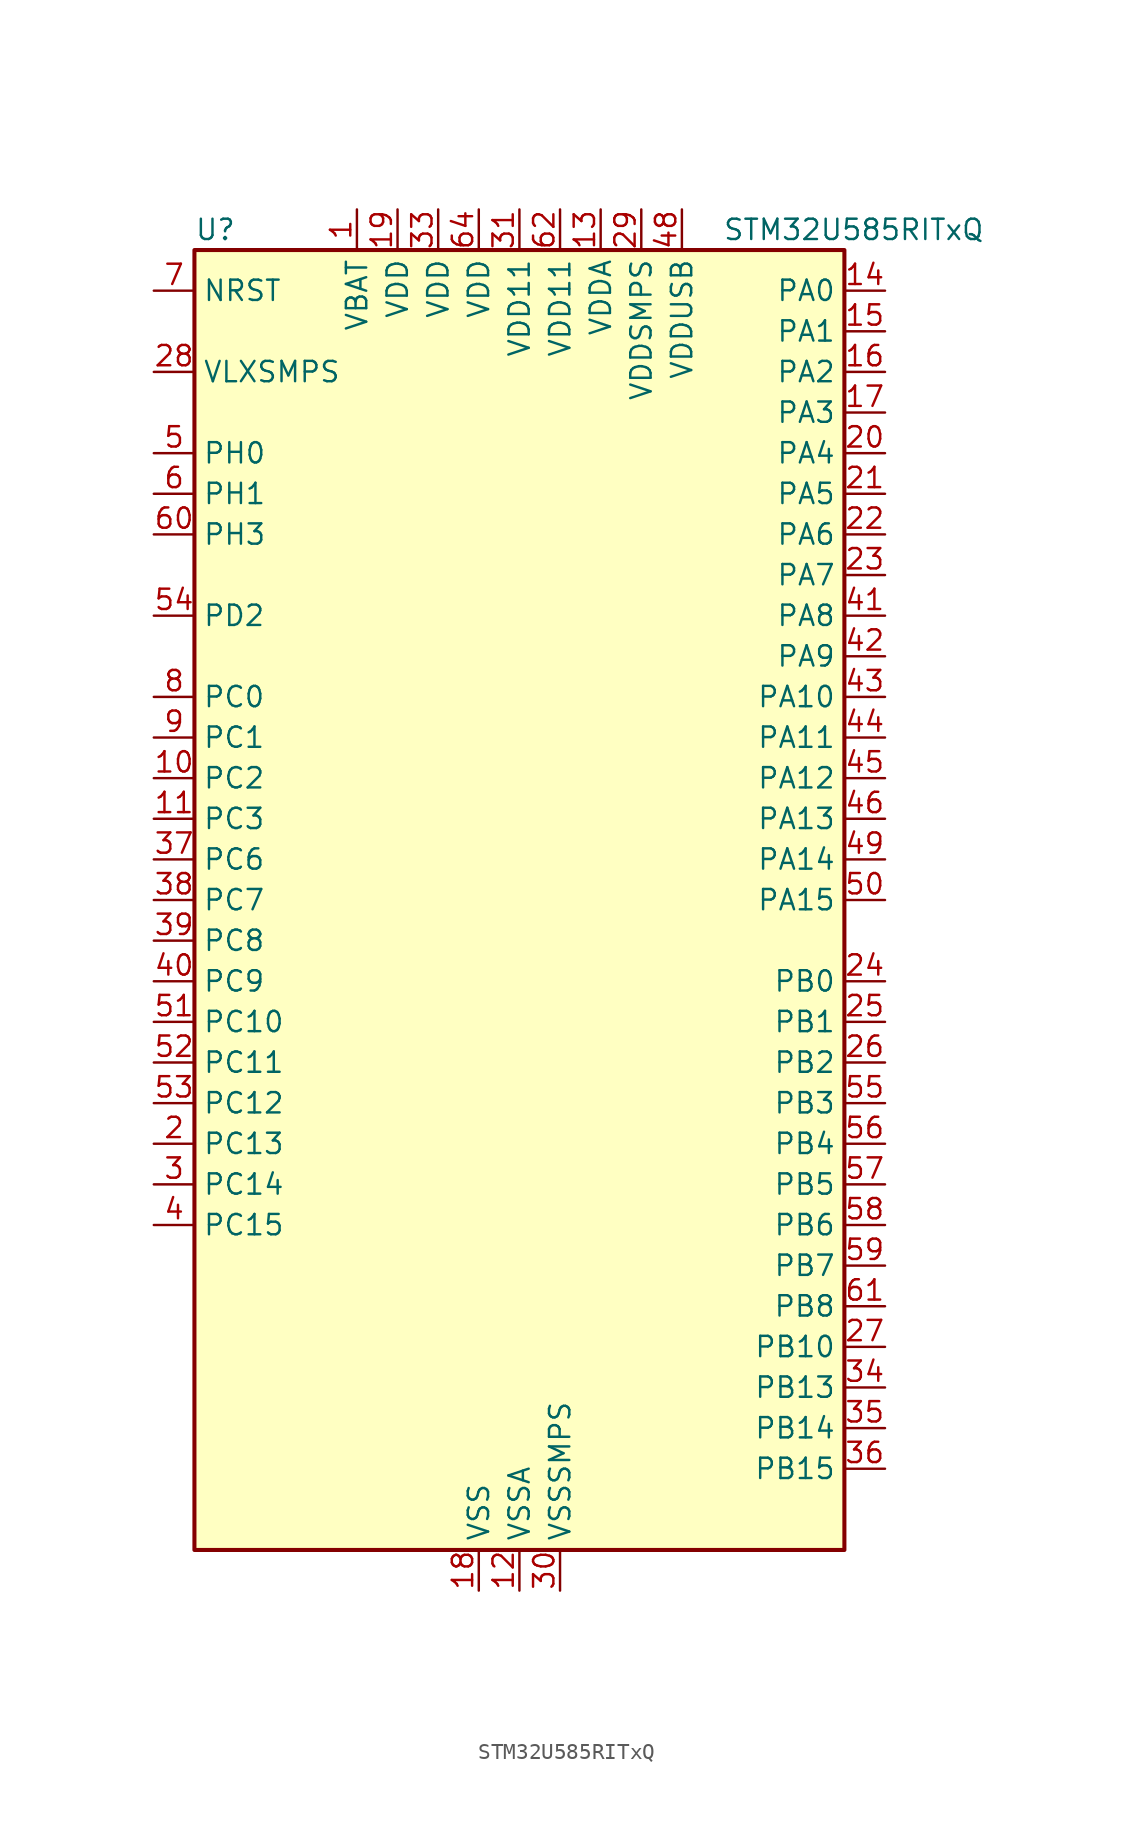
<source format=kicad_sym>
(kicad_symbol_lib
  (version 20220914)
  (generator kicad_symbol_editor)
  (symbol "STM32U585RITxQ"
    (property "Reference" "U"
      (at -20.32 41.91 0)
      (effects (font (size 1.27 1.27)) (justify left)))
    (property "Value" "STM32U585RITxQ"
      (at 12.7 41.91 0)
      (effects (font (size 1.27 1.27)) (justify left)))
    (property "ki_locked" ""
      (at 0 0 0)
      (effects (font (size 1.27 1.27))))
    (symbol "STM32U585RITxQ_0_1"
      (rectangle (start -20.32 -40.64) (end 20.32 40.64) (stroke (width 0.254) (type default)) (fill (type background))))
    (symbol "STM32U585RITxQ_1_1"
      (pin power_in line (at -10.16 43.18 270) (length 2.54) (name "VBAT" (effects (font (size 1.27 1.27)))) (number "1" (effects (font (size 1.27 1.27)))))
      (pin bidirectional line (at -22.86 7.62 0) (length 2.54) (name "PC2" (effects (font (size 1.27 1.27)))) (number "10" (effects (font (size 1.27 1.27)))) (alternate "ADC1_IN3" bidirectional line) (alternate "ADC4_IN3" bidirectional line) (alternate "LPTIM1_IN2" bidirectional line) (alternate "MDF1_CCK1" bidirectional line) (alternate "OCTOSPIM_P1_IO5" bidirectional line) (alternate "SPI2_MISO" bidirectional line))
      (pin bidirectional line (at -22.86 5.08 0) (length 2.54) (name "PC3" (effects (font (size 1.27 1.27)))) (number "11" (effects (font (size 1.27 1.27)))) (alternate "ADC1_IN4" bidirectional line) (alternate "ADC4_IN4" bidirectional line) (alternate "LPTIM1_ETR" bidirectional line) (alternate "LPTIM2_ETR" bidirectional line) (alternate "LPTIM3_CH1" bidirectional line) (alternate "OCTOSPIM_P1_IO6" bidirectional line) (alternate "SAI1_D1" bidirectional line) (alternate "SAI1_SD_A" bidirectional line) (alternate "SPI2_MOSI" bidirectional line))
      (pin power_in line (at 0 -43.18 90) (length 2.54) (name "VSSA" (effects (font (size 1.27 1.27)))) (number "12" (effects (font (size 1.27 1.27)))))
      (pin power_in line (at 5.08 43.18 270) (length 2.54) (name "VDDA" (effects (font (size 1.27 1.27)))) (number "13" (effects (font (size 1.27 1.27)))))
      (pin bidirectional line (at 22.86 38.1 180) (length 2.54) (name "PA0" (effects (font (size 1.27 1.27)))) (number "14" (effects (font (size 1.27 1.27)))) (alternate "ADC1_IN5" bidirectional line) (alternate "AUDIOCLK" bidirectional line) (alternate "OCTOSPIM_P2_NCS" bidirectional line) (alternate "OPAMP1_VINP" bidirectional line) (alternate "PWR_WKUP1" bidirectional line) (alternate "SDMMC2_CMD" bidirectional line) (alternate "SPI3_RDY" bidirectional line) (alternate "TAMP_IN2" bidirectional line) (alternate "TAMP_OUT1" bidirectional line) (alternate "TIM2_CH1" bidirectional line) (alternate "TIM2_ETR" bidirectional line) (alternate "TIM5_CH1" bidirectional line) (alternate "TIM8_ETR" bidirectional line) (alternate "UART4_TX" bidirectional line) (alternate "USART2_CTS" bidirectional line))
      (pin bidirectional line (at 22.86 35.56 180) (length 2.54) (name "PA1" (effects (font (size 1.27 1.27)))) (number "15" (effects (font (size 1.27 1.27)))) (alternate "ADC1_IN6" bidirectional line) (alternate "I2C1_SMBA" bidirectional line) (alternate "LPTIM1_CH2" bidirectional line) (alternate "OCTOSPIM_P1_DQS" bidirectional line) (alternate "OPAMP1_VINM" bidirectional line) (alternate "PWR_WKUP3" bidirectional line) (alternate "SPI1_SCK" bidirectional line) (alternate "TAMP_IN5" bidirectional line) (alternate "TAMP_OUT4" bidirectional line) (alternate "TIM15_CH1N" bidirectional line) (alternate "TIM2_CH2" bidirectional line) (alternate "TIM5_CH2" bidirectional line) (alternate "UART4_RX" bidirectional line) (alternate "USART2_DE" bidirectional line) (alternate "USART2_RTS" bidirectional line))
      (pin bidirectional line (at 22.86 33.02 180) (length 2.54) (name "PA2" (effects (font (size 1.27 1.27)))) (number "16" (effects (font (size 1.27 1.27)))) (alternate "ADC1_IN7" bidirectional line) (alternate "COMP1_INP" bidirectional line) (alternate "LPUART1_TX" bidirectional line) (alternate "OCTOSPIM_P1_NCS" bidirectional line) (alternate "PWR_WKUP4" bidirectional line) (alternate "RCC_LSCO" bidirectional line) (alternate "SPI1_RDY" bidirectional line) (alternate "TIM15_CH1" bidirectional line) (alternate "TIM2_CH3" bidirectional line) (alternate "TIM5_CH3" bidirectional line) (alternate "UCPD1_FRSTX1" bidirectional line) (alternate "USART2_TX" bidirectional line))
      (pin bidirectional line (at 22.86 30.48 180) (length 2.54) (name "PA3" (effects (font (size 1.27 1.27)))) (number "17" (effects (font (size 1.27 1.27)))) (alternate "ADC1_IN8" bidirectional line) (alternate "LPUART1_RX" bidirectional line) (alternate "OCTOSPIM_P1_CLK" bidirectional line) (alternate "OPAMP1_VOUT" bidirectional line) (alternate "PWR_WKUP5" bidirectional line) (alternate "SAI1_CK1" bidirectional line) (alternate "SAI1_MCLK_A" bidirectional line) (alternate "TIM15_CH2" bidirectional line) (alternate "TIM2_CH4" bidirectional line) (alternate "TIM5_CH4" bidirectional line) (alternate "USART2_RX" bidirectional line))
      (pin power_in line (at -2.54 -43.18 90) (length 2.54) (name "VSS" (effects (font (size 1.27 1.27)))) (number "18" (effects (font (size 1.27 1.27)))))
      (pin power_in line (at -7.62 43.18 270) (length 2.54) (name "VDD" (effects (font (size 1.27 1.27)))) (number "19" (effects (font (size 1.27 1.27)))))
      (pin bidirectional line (at -22.86 -15.24 0) (length 2.54) (name "PC13" (effects (font (size 1.27 1.27)))) (number "2" (effects (font (size 1.27 1.27)))) (alternate "PWR_WKUP2" bidirectional line) (alternate "RTC_OUT1" bidirectional line) (alternate "RTC_TS" bidirectional line) (alternate "TAMP_IN1" bidirectional line) (alternate "TAMP_OUT2" bidirectional line))
      (pin bidirectional line (at 22.86 27.94 180) (length 2.54) (name "PA4" (effects (font (size 1.27 1.27)))) (number "20" (effects (font (size 1.27 1.27)))) (alternate "ADC1_IN9" bidirectional line) (alternate "ADC4_IN9" bidirectional line) (alternate "DAC1_OUT1" bidirectional line) (alternate "LPTIM2_CH1" bidirectional line) (alternate "OCTOSPIM_P1_NCS" bidirectional line) (alternate "PWR_WKUP2" bidirectional line) (alternate "SAI1_FS_B" bidirectional line) (alternate "SPI1_NSS" bidirectional line) (alternate "SPI3_NSS" bidirectional line) (alternate "USART2_CK" bidirectional line))
      (pin bidirectional line (at 22.86 25.4 180) (length 2.54) (name "PA5" (effects (font (size 1.27 1.27)))) (number "21" (effects (font (size 1.27 1.27)))) (alternate "ADC1_IN10" bidirectional line) (alternate "ADC4_IN10" bidirectional line) (alternate "DAC1_OUT2" bidirectional line) (alternate "LPTIM2_ETR" bidirectional line) (alternate "PWR_CSLEEP" bidirectional line) (alternate "PWR_WKUP6" bidirectional line) (alternate "SPI1_SCK" bidirectional line) (alternate "TIM2_CH1" bidirectional line) (alternate "TIM2_ETR" bidirectional line) (alternate "TIM8_CH1N" bidirectional line) (alternate "USART3_RX" bidirectional line))
      (pin bidirectional line (at 22.86 22.86 180) (length 2.54) (name "PA6" (effects (font (size 1.27 1.27)))) (number "22" (effects (font (size 1.27 1.27)))) (alternate "ADC1_IN11" bidirectional line) (alternate "ADC4_IN11" bidirectional line) (alternate "LPUART1_CTS" bidirectional line) (alternate "OCTOSPIM_P1_IO3" bidirectional line) (alternate "OPAMP2_VINP" bidirectional line) (alternate "PWR_CDSTOP" bidirectional line) (alternate "PWR_WKUP7" bidirectional line) (alternate "SPI1_MISO" bidirectional line) (alternate "TIM16_CH1" bidirectional line) (alternate "TIM1_BKIN" bidirectional line) (alternate "TIM3_CH1" bidirectional line) (alternate "TIM8_BKIN" bidirectional line) (alternate "USART3_CTS" bidirectional line))
      (pin bidirectional line (at 22.86 20.32 180) (length 2.54) (name "PA7" (effects (font (size 1.27 1.27)))) (number "23" (effects (font (size 1.27 1.27)))) (alternate "ADC1_IN12" bidirectional line) (alternate "ADC4_IN20" bidirectional line) (alternate "I2C3_SCL" bidirectional line) (alternate "LPTIM2_CH2" bidirectional line) (alternate "OCTOSPIM_P1_IO2" bidirectional line) (alternate "OPAMP2_VINM" bidirectional line) (alternate "PWR_SRDSTOP" bidirectional line) (alternate "PWR_WKUP8" bidirectional line) (alternate "SPI1_MOSI" bidirectional line) (alternate "TIM17_CH1" bidirectional line) (alternate "TIM1_CH1N" bidirectional line) (alternate "TIM3_CH2" bidirectional line) (alternate "TIM8_CH1N" bidirectional line) (alternate "USART3_TX" bidirectional line))
      (pin bidirectional line (at 22.86 -5.08 180) (length 2.54) (name "PB0" (effects (font (size 1.27 1.27)))) (number "24" (effects (font (size 1.27 1.27)))) (alternate "ADC1_IN15" bidirectional line) (alternate "ADC4_IN18" bidirectional line) (alternate "AUDIOCLK" bidirectional line) (alternate "COMP1_OUT" bidirectional line) (alternate "LPTIM3_CH1" bidirectional line) (alternate "OCTOSPIM_P1_IO1" bidirectional line) (alternate "OPAMP2_VOUT" bidirectional line) (alternate "SPI1_NSS" bidirectional line) (alternate "TIM1_CH2N" bidirectional line) (alternate "TIM3_CH3" bidirectional line) (alternate "TIM8_CH2N" bidirectional line) (alternate "USART3_CK" bidirectional line))
      (pin bidirectional line (at 22.86 -7.62 180) (length 2.54) (name "PB1" (effects (font (size 1.27 1.27)))) (number "25" (effects (font (size 1.27 1.27)))) (alternate "ADC1_IN16" bidirectional line) (alternate "ADC4_IN19" bidirectional line) (alternate "COMP1_INM" bidirectional line) (alternate "LPTIM2_IN1" bidirectional line) (alternate "LPTIM3_CH2" bidirectional line) (alternate "LPUART1_DE" bidirectional line) (alternate "LPUART1_RTS" bidirectional line) (alternate "MDF1_SDI0" bidirectional line) (alternate "OCTOSPIM_P1_IO0" bidirectional line) (alternate "PWR_WKUP4" bidirectional line) (alternate "TIM1_CH3N" bidirectional line) (alternate "TIM3_CH4" bidirectional line) (alternate "TIM8_CH3N" bidirectional line) (alternate "USART3_DE" bidirectional line) (alternate "USART3_RTS" bidirectional line))
      (pin bidirectional line (at 22.86 -10.16 180) (length 2.54) (name "PB2" (effects (font (size 1.27 1.27)))) (number "26" (effects (font (size 1.27 1.27)))) (alternate "ADC1_IN17" bidirectional line) (alternate "COMP1_INP" bidirectional line) (alternate "I2C3_SMBA" bidirectional line) (alternate "LPTIM1_CH1" bidirectional line) (alternate "MDF1_CKI0" bidirectional line) (alternate "OCTOSPIM_P1_DQS" bidirectional line) (alternate "PWR_WKUP1" bidirectional line) (alternate "RTC_OUT2" bidirectional line) (alternate "SPI1_RDY" bidirectional line) (alternate "TIM8_CH4N" bidirectional line) (alternate "UCPD1_FRSTX1" bidirectional line))
      (pin bidirectional line (at 22.86 -27.94 180) (length 2.54) (name "PB10" (effects (font (size 1.27 1.27)))) (number "27" (effects (font (size 1.27 1.27)))) (alternate "COMP1_OUT" bidirectional line) (alternate "I2C2_SCL" bidirectional line) (alternate "I2C4_SCL" bidirectional line) (alternate "LPTIM3_CH1" bidirectional line) (alternate "LPUART1_RX" bidirectional line) (alternate "OCTOSPIM_P1_CLK" bidirectional line) (alternate "PWR_WKUP8" bidirectional line) (alternate "SAI1_SCK_A" bidirectional line) (alternate "SPI2_SCK" bidirectional line) (alternate "TIM2_CH3" bidirectional line) (alternate "TSC_SYNC" bidirectional line) (alternate "USART3_TX" bidirectional line))
      (pin power_in line (at -22.86 33.02 0) (length 2.54) (name "VLXSMPS" (effects (font (size 1.27 1.27)))) (number "28" (effects (font (size 1.27 1.27)))))
      (pin power_in line (at 7.62 43.18 270) (length 2.54) (name "VDDSMPS" (effects (font (size 1.27 1.27)))) (number "29" (effects (font (size 1.27 1.27)))))
      (pin bidirectional line (at -22.86 -17.78 0) (length 2.54) (name "PC14" (effects (font (size 1.27 1.27)))) (number "3" (effects (font (size 1.27 1.27)))) (alternate "RCC_OSC32_IN" bidirectional line))
      (pin power_in line (at 2.54 -43.18 90) (length 2.54) (name "VSSSMPS" (effects (font (size 1.27 1.27)))) (number "30" (effects (font (size 1.27 1.27)))))
      (pin power_in line (at 0 43.18 270) (length 2.54) (name "VDD11" (effects (font (size 1.27 1.27)))) (number "31" (effects (font (size 1.27 1.27)))))
      (pin passive line (at -2.54 -43.18 90) (length 2.54) hide (name "VSS" (effects (font (size 1.27 1.27)))) (number "32" (effects (font (size 1.27 1.27)))))
      (pin power_in line (at -5.08 43.18 270) (length 2.54) (name "VDD" (effects (font (size 1.27 1.27)))) (number "33" (effects (font (size 1.27 1.27)))))
      (pin bidirectional line (at 22.86 -30.48 180) (length 2.54) (name "PB13" (effects (font (size 1.27 1.27)))) (number "34" (effects (font (size 1.27 1.27)))) (alternate "I2C2_SCL" bidirectional line) (alternate "LPTIM3_IN1" bidirectional line) (alternate "LPUART1_CTS" bidirectional line) (alternate "MDF1_CKI1" bidirectional line) (alternate "SPI2_SCK" bidirectional line) (alternate "TIM15_CH1N" bidirectional line) (alternate "TIM1_CH1N" bidirectional line) (alternate "TSC_G1_IO2" bidirectional line) (alternate "USART3_CTS" bidirectional line))
      (pin bidirectional line (at 22.86 -33.02 180) (length 2.54) (name "PB14" (effects (font (size 1.27 1.27)))) (number "35" (effects (font (size 1.27 1.27)))) (alternate "I2C2_SDA" bidirectional line) (alternate "LPTIM3_ETR" bidirectional line) (alternate "MDF1_SDI2" bidirectional line) (alternate "SDMMC2_D0" bidirectional line) (alternate "SPI2_MISO" bidirectional line) (alternate "TIM15_CH1" bidirectional line) (alternate "TIM1_CH2N" bidirectional line) (alternate "TIM8_CH2N" bidirectional line) (alternate "TSC_G1_IO3" bidirectional line) (alternate "UCPD1_DBCC2" bidirectional line) (alternate "USART3_DE" bidirectional line) (alternate "USART3_RTS" bidirectional line))
      (pin bidirectional line (at 22.86 -35.56 180) (length 2.54) (name "PB15" (effects (font (size 1.27 1.27)))) (number "36" (effects (font (size 1.27 1.27)))) (alternate "ADC1_EXTI15" bidirectional line) (alternate "ADC4_EXTI15" bidirectional line) (alternate "LPTIM2_IN2" bidirectional line) (alternate "MDF1_CKI2" bidirectional line) (alternate "PWR_WKUP7" bidirectional line) (alternate "RTC_REFIN" bidirectional line) (alternate "SDMMC2_D1" bidirectional line) (alternate "SPI2_MOSI" bidirectional line) (alternate "TIM15_CH2" bidirectional line) (alternate "TIM1_CH3N" bidirectional line) (alternate "TIM8_CH3N" bidirectional line) (alternate "UCPD1_CC2" bidirectional line))
      (pin bidirectional line (at -22.86 2.54 0) (length 2.54) (name "PC6" (effects (font (size 1.27 1.27)))) (number "37" (effects (font (size 1.27 1.27)))) (alternate "MDF1_CKI3" bidirectional line) (alternate "PWR_CSLEEP" bidirectional line) (alternate "SDMMC1_D0DIR" bidirectional line) (alternate "SDMMC1_D6" bidirectional line) (alternate "SDMMC2_D6" bidirectional line) (alternate "TIM3_CH1" bidirectional line) (alternate "TIM8_CH1" bidirectional line) (alternate "TSC_G4_IO1" bidirectional line))
      (pin bidirectional line (at -22.86 0 0) (length 2.54) (name "PC7" (effects (font (size 1.27 1.27)))) (number "38" (effects (font (size 1.27 1.27)))) (alternate "LPTIM2_CH2" bidirectional line) (alternate "MDF1_SDI3" bidirectional line) (alternate "PWR_CDSTOP" bidirectional line) (alternate "SDMMC1_D123DIR" bidirectional line) (alternate "SDMMC1_D7" bidirectional line) (alternate "SDMMC2_D7" bidirectional line) (alternate "TIM3_CH2" bidirectional line) (alternate "TIM8_CH2" bidirectional line) (alternate "TSC_G4_IO2" bidirectional line))
      (pin bidirectional line (at -22.86 -2.54 0) (length 2.54) (name "PC8" (effects (font (size 1.27 1.27)))) (number "39" (effects (font (size 1.27 1.27)))) (alternate "LPTIM3_CH1" bidirectional line) (alternate "PWR_SRDSTOP" bidirectional line) (alternate "SDMMC1_D0" bidirectional line) (alternate "TIM3_CH3" bidirectional line) (alternate "TIM8_CH3" bidirectional line) (alternate "TSC_G4_IO3" bidirectional line))
      (pin bidirectional line (at -22.86 -20.32 0) (length 2.54) (name "PC15" (effects (font (size 1.27 1.27)))) (number "4" (effects (font (size 1.27 1.27)))) (alternate "ADC1_EXTI15" bidirectional line) (alternate "ADC4_EXTI15" bidirectional line) (alternate "RCC_OSC32_OUT" bidirectional line))
      (pin bidirectional line (at -22.86 -5.08 0) (length 2.54) (name "PC9" (effects (font (size 1.27 1.27)))) (number "40" (effects (font (size 1.27 1.27)))) (alternate "DAC1_EXTI9" bidirectional line) (alternate "DEBUG_TRACED0" bidirectional line) (alternate "LPTIM3_CH2" bidirectional line) (alternate "SDMMC1_D1" bidirectional line) (alternate "TIM3_CH4" bidirectional line) (alternate "TIM8_BKIN2" bidirectional line) (alternate "TIM8_CH4" bidirectional line) (alternate "TSC_G4_IO4" bidirectional line) (alternate "USB_OTG_FS_NOE" bidirectional line))
      (pin bidirectional line (at 22.86 17.78 180) (length 2.54) (name "PA8" (effects (font (size 1.27 1.27)))) (number "41" (effects (font (size 1.27 1.27)))) (alternate "DEBUG_TRACECLK" bidirectional line) (alternate "LPTIM2_CH1" bidirectional line) (alternate "RCC_MCO" bidirectional line) (alternate "SAI1_CK2" bidirectional line) (alternate "SAI1_SCK_A" bidirectional line) (alternate "SPI1_RDY" bidirectional line) (alternate "TIM1_CH1" bidirectional line) (alternate "USART1_CK" bidirectional line) (alternate "USB_OTG_FS_SOF" bidirectional line))
      (pin bidirectional line (at 22.86 15.24 180) (length 2.54) (name "PA9" (effects (font (size 1.27 1.27)))) (number "42" (effects (font (size 1.27 1.27)))) (alternate "DAC1_EXTI9" bidirectional line) (alternate "SAI1_FS_A" bidirectional line) (alternate "SPI2_SCK" bidirectional line) (alternate "TIM15_BKIN" bidirectional line) (alternate "TIM1_CH2" bidirectional line) (alternate "USART1_TX" bidirectional line) (alternate "USB_OTG_FS_VBUS" bidirectional line))
      (pin bidirectional line (at 22.86 12.7 180) (length 2.54) (name "PA10" (effects (font (size 1.27 1.27)))) (number "43" (effects (font (size 1.27 1.27)))) (alternate "CRS_SYNC" bidirectional line) (alternate "LPTIM2_IN2" bidirectional line) (alternate "SAI1_D1" bidirectional line) (alternate "SAI1_SD_A" bidirectional line) (alternate "TIM17_BKIN" bidirectional line) (alternate "TIM1_CH3" bidirectional line) (alternate "USART1_RX" bidirectional line) (alternate "USB_OTG_FS_ID" bidirectional line))
      (pin bidirectional line (at 22.86 10.16 180) (length 2.54) (name "PA11" (effects (font (size 1.27 1.27)))) (number "44" (effects (font (size 1.27 1.27)))) (alternate "ADC1_EXTI11" bidirectional line) (alternate "FDCAN1_RX" bidirectional line) (alternate "SPI1_MISO" bidirectional line) (alternate "TIM1_BKIN2" bidirectional line) (alternate "TIM1_CH4" bidirectional line) (alternate "USART1_CTS" bidirectional line) (alternate "USB_OTG_FS_DM" bidirectional line))
      (pin bidirectional line (at 22.86 7.62 180) (length 2.54) (name "PA12" (effects (font (size 1.27 1.27)))) (number "45" (effects (font (size 1.27 1.27)))) (alternate "FDCAN1_TX" bidirectional line) (alternate "OCTOSPIM_P2_NCS" bidirectional line) (alternate "SPI1_MOSI" bidirectional line) (alternate "TIM1_ETR" bidirectional line) (alternate "USART1_DE" bidirectional line) (alternate "USART1_RTS" bidirectional line) (alternate "USB_OTG_FS_DP" bidirectional line))
      (pin bidirectional line (at 22.86 5.08 180) (length 2.54) (name "PA13" (effects (font (size 1.27 1.27)))) (number "46" (effects (font (size 1.27 1.27)))) (alternate "DEBUG_JTMS-SWDIO" bidirectional line) (alternate "IR_OUT" bidirectional line) (alternate "SAI1_SD_B" bidirectional line) (alternate "USB_OTG_FS_NOE" bidirectional line))
      (pin passive line (at -2.54 -43.18 90) (length 2.54) hide (name "VSS" (effects (font (size 1.27 1.27)))) (number "47" (effects (font (size 1.27 1.27)))))
      (pin power_in line (at 10.16 43.18 270) (length 2.54) (name "VDDUSB" (effects (font (size 1.27 1.27)))) (number "48" (effects (font (size 1.27 1.27)))))
      (pin bidirectional line (at 22.86 2.54 180) (length 2.54) (name "PA14" (effects (font (size 1.27 1.27)))) (number "49" (effects (font (size 1.27 1.27)))) (alternate "DEBUG_JTCK-SWCLK" bidirectional line) (alternate "I2C1_SMBA" bidirectional line) (alternate "I2C4_SMBA" bidirectional line) (alternate "LPTIM1_CH1" bidirectional line) (alternate "SAI1_FS_B" bidirectional line) (alternate "USB_OTG_FS_SOF" bidirectional line))
      (pin bidirectional line (at -22.86 27.94 0) (length 2.54) (name "PH0" (effects (font (size 1.27 1.27)))) (number "5" (effects (font (size 1.27 1.27)))) (alternate "RCC_OSC_IN" bidirectional line))
      (pin bidirectional line (at 22.86 0 180) (length 2.54) (name "PA15" (effects (font (size 1.27 1.27)))) (number "50" (effects (font (size 1.27 1.27)))) (alternate "ADC1_EXTI15" bidirectional line) (alternate "ADC4_EXTI15" bidirectional line) (alternate "DEBUG_JTDI" bidirectional line) (alternate "SPI1_NSS" bidirectional line) (alternate "SPI3_NSS" bidirectional line) (alternate "TIM2_CH1" bidirectional line) (alternate "TIM2_ETR" bidirectional line) (alternate "UART4_DE" bidirectional line) (alternate "UART4_RTS" bidirectional line) (alternate "UCPD1_CC1" bidirectional line) (alternate "USART2_RX" bidirectional line) (alternate "USART3_DE" bidirectional line) (alternate "USART3_RTS" bidirectional line))
      (pin bidirectional line (at -22.86 -7.62 0) (length 2.54) (name "PC10" (effects (font (size 1.27 1.27)))) (number "51" (effects (font (size 1.27 1.27)))) (alternate "ADF1_CCK1" bidirectional line) (alternate "DEBUG_TRACED1" bidirectional line) (alternate "LPTIM3_ETR" bidirectional line) (alternate "SDMMC1_D2" bidirectional line) (alternate "SPI3_SCK" bidirectional line) (alternate "TSC_G3_IO2" bidirectional line) (alternate "UART4_TX" bidirectional line) (alternate "USART3_TX" bidirectional line))
      (pin bidirectional line (at -22.86 -10.16 0) (length 2.54) (name "PC11" (effects (font (size 1.27 1.27)))) (number "52" (effects (font (size 1.27 1.27)))) (alternate "ADC1_EXTI11" bidirectional line) (alternate "ADF1_SDI0" bidirectional line) (alternate "LPTIM3_IN1" bidirectional line) (alternate "OCTOSPIM_P1_NCS" bidirectional line) (alternate "SDMMC1_D3" bidirectional line) (alternate "SPI3_MISO" bidirectional line) (alternate "TSC_G3_IO3" bidirectional line) (alternate "UART4_RX" bidirectional line) (alternate "UCPD1_FRSTX2" bidirectional line) (alternate "USART3_RX" bidirectional line))
      (pin bidirectional line (at -22.86 -12.7 0) (length 2.54) (name "PC12" (effects (font (size 1.27 1.27)))) (number "53" (effects (font (size 1.27 1.27)))) (alternate "DEBUG_TRACED3" bidirectional line) (alternate "SDMMC1_CK" bidirectional line) (alternate "SPI3_MOSI" bidirectional line) (alternate "TSC_G3_IO4" bidirectional line) (alternate "UART5_TX" bidirectional line) (alternate "USART3_CK" bidirectional line))
      (pin bidirectional line (at -22.86 17.78 0) (length 2.54) (name "PD2" (effects (font (size 1.27 1.27)))) (number "54" (effects (font (size 1.27 1.27)))) (alternate "DEBUG_TRACED2" bidirectional line) (alternate "LPTIM4_ETR" bidirectional line) (alternate "SDMMC1_CMD" bidirectional line) (alternate "TIM3_ETR" bidirectional line) (alternate "TSC_SYNC" bidirectional line) (alternate "UART5_RX" bidirectional line) (alternate "USART3_DE" bidirectional line) (alternate "USART3_RTS" bidirectional line))
      (pin bidirectional line (at 22.86 -12.7 180) (length 2.54) (name "PB3" (effects (font (size 1.27 1.27)))) (number "55" (effects (font (size 1.27 1.27)))) (alternate "ADF1_CCK0" bidirectional line) (alternate "COMP2_INM" bidirectional line) (alternate "CRS_SYNC" bidirectional line) (alternate "DEBUG_JTDO-SWO" bidirectional line) (alternate "I2C1_SDA" bidirectional line) (alternate "LPTIM1_CH1" bidirectional line) (alternate "SAI1_SCK_B" bidirectional line) (alternate "SDMMC2_D2" bidirectional line) (alternate "SPI1_SCK" bidirectional line) (alternate "SPI3_SCK" bidirectional line) (alternate "TIM2_CH2" bidirectional line) (alternate "USART1_DE" bidirectional line) (alternate "USART1_RTS" bidirectional line))
      (pin bidirectional line (at 22.86 -15.24 180) (length 2.54) (name "PB4" (effects (font (size 1.27 1.27)))) (number "56" (effects (font (size 1.27 1.27)))) (alternate "ADF1_SDI0" bidirectional line) (alternate "COMP2_INP" bidirectional line) (alternate "DEBUG_JTRST" bidirectional line) (alternate "I2C3_SDA" bidirectional line) (alternate "LPTIM1_CH2" bidirectional line) (alternate "SAI1_MCLK_B" bidirectional line) (alternate "SDMMC2_D3" bidirectional line) (alternate "SPI1_MISO" bidirectional line) (alternate "SPI3_MISO" bidirectional line) (alternate "TIM17_BKIN" bidirectional line) (alternate "TIM3_CH1" bidirectional line) (alternate "TSC_G2_IO1" bidirectional line) (alternate "UART5_DE" bidirectional line) (alternate "UART5_RTS" bidirectional line) (alternate "USART1_CTS" bidirectional line))
      (pin bidirectional line (at 22.86 -17.78 180) (length 2.54) (name "PB5" (effects (font (size 1.27 1.27)))) (number "57" (effects (font (size 1.27 1.27)))) (alternate "COMP2_OUT" bidirectional line) (alternate "I2C1_SMBA" bidirectional line) (alternate "LPTIM1_IN1" bidirectional line) (alternate "OCTOSPIM_P1_NCLK" bidirectional line) (alternate "PWR_WKUP6" bidirectional line) (alternate "SAI1_SD_B" bidirectional line) (alternate "SPI1_MOSI" bidirectional line) (alternate "SPI3_MOSI" bidirectional line) (alternate "TIM16_BKIN" bidirectional line) (alternate "TIM3_CH2" bidirectional line) (alternate "TSC_G2_IO2" bidirectional line) (alternate "UART5_CTS" bidirectional line) (alternate "UCPD1_DBCC1" bidirectional line) (alternate "USART1_CK" bidirectional line))
      (pin bidirectional line (at 22.86 -20.32 180) (length 2.54) (name "PB6" (effects (font (size 1.27 1.27)))) (number "58" (effects (font (size 1.27 1.27)))) (alternate "COMP2_INP" bidirectional line) (alternate "I2C1_SCL" bidirectional line) (alternate "I2C4_SCL" bidirectional line) (alternate "LPTIM1_ETR" bidirectional line) (alternate "MDF1_SDI5" bidirectional line) (alternate "PWR_WKUP3" bidirectional line) (alternate "SAI1_FS_B" bidirectional line) (alternate "TIM16_CH1N" bidirectional line) (alternate "TIM4_CH1" bidirectional line) (alternate "TIM8_BKIN2" bidirectional line) (alternate "TSC_G2_IO3" bidirectional line) (alternate "USART1_TX" bidirectional line))
      (pin bidirectional line (at 22.86 -22.86 180) (length 2.54) (name "PB7" (effects (font (size 1.27 1.27)))) (number "59" (effects (font (size 1.27 1.27)))) (alternate "COMP2_INM" bidirectional line) (alternate "I2C1_SDA" bidirectional line) (alternate "I2C4_SDA" bidirectional line) (alternate "LPTIM1_IN2" bidirectional line) (alternate "MDF1_CKI5" bidirectional line) (alternate "PWR_PVD_IN" bidirectional line) (alternate "PWR_WKUP4" bidirectional line) (alternate "TIM17_CH1N" bidirectional line) (alternate "TIM4_CH2" bidirectional line) (alternate "TIM8_BKIN" bidirectional line) (alternate "TSC_G2_IO4" bidirectional line) (alternate "UART4_CTS" bidirectional line) (alternate "USART1_RX" bidirectional line))
      (pin bidirectional line (at -22.86 25.4 0) (length 2.54) (name "PH1" (effects (font (size 1.27 1.27)))) (number "6" (effects (font (size 1.27 1.27)))) (alternate "RCC_OSC_OUT" bidirectional line))
      (pin bidirectional line (at -22.86 22.86 0) (length 2.54) (name "PH3" (effects (font (size 1.27 1.27)))) (number "60" (effects (font (size 1.27 1.27)))))
      (pin bidirectional line (at 22.86 -25.4 180) (length 2.54) (name "PB8" (effects (font (size 1.27 1.27)))) (number "61" (effects (font (size 1.27 1.27)))) (alternate "FDCAN1_RX" bidirectional line) (alternate "I2C1_SCL" bidirectional line) (alternate "MDF1_CCK0" bidirectional line) (alternate "PWR_WKUP5" bidirectional line) (alternate "SAI1_CK1" bidirectional line) (alternate "SAI1_MCLK_A" bidirectional line) (alternate "SDMMC1_CKIN" bidirectional line) (alternate "SDMMC1_D4" bidirectional line) (alternate "SDMMC2_D4" bidirectional line) (alternate "SPI3_RDY" bidirectional line) (alternate "TIM16_CH1" bidirectional line) (alternate "TIM4_CH3" bidirectional line))
      (pin power_in line (at 2.54 43.18 270) (length 2.54) (name "VDD11" (effects (font (size 1.27 1.27)))) (number "62" (effects (font (size 1.27 1.27)))))
      (pin passive line (at -2.54 -43.18 90) (length 2.54) hide (name "VSS" (effects (font (size 1.27 1.27)))) (number "63" (effects (font (size 1.27 1.27)))))
      (pin power_in line (at -2.54 43.18 270) (length 2.54) (name "VDD" (effects (font (size 1.27 1.27)))) (number "64" (effects (font (size 1.27 1.27)))))
      (pin input line (at -22.86 38.1 0) (length 2.54) (name "NRST" (effects (font (size 1.27 1.27)))) (number "7" (effects (font (size 1.27 1.27)))))
      (pin bidirectional line (at -22.86 12.7 0) (length 2.54) (name "PC0" (effects (font (size 1.27 1.27)))) (number "8" (effects (font (size 1.27 1.27)))) (alternate "ADC1_IN1" bidirectional line) (alternate "ADC4_IN1" bidirectional line) (alternate "I2C3_SCL" bidirectional line) (alternate "LPTIM1_IN1" bidirectional line) (alternate "LPTIM2_IN1" bidirectional line) (alternate "LPUART1_RX" bidirectional line) (alternate "MDF1_SDI4" bidirectional line) (alternate "OCTOSPIM_P1_IO7" bidirectional line) (alternate "SDMMC1_D5" bidirectional line) (alternate "SPI2_RDY" bidirectional line))
      (pin bidirectional line (at -22.86 10.16 0) (length 2.54) (name "PC1" (effects (font (size 1.27 1.27)))) (number "9" (effects (font (size 1.27 1.27)))) (alternate "ADC1_IN2" bidirectional line) (alternate "ADC4_IN2" bidirectional line) (alternate "DEBUG_TRACED0" bidirectional line) (alternate "I2C3_SDA" bidirectional line) (alternate "LPTIM1_CH1" bidirectional line) (alternate "LPUART1_TX" bidirectional line) (alternate "MDF1_CKI4" bidirectional line) (alternate "OCTOSPIM_P1_IO4" bidirectional line) (alternate "SAI1_SD_A" bidirectional line) (alternate "SDMMC2_CK" bidirectional line) (alternate "SPI2_MOSI" bidirectional line)))))
</source>
